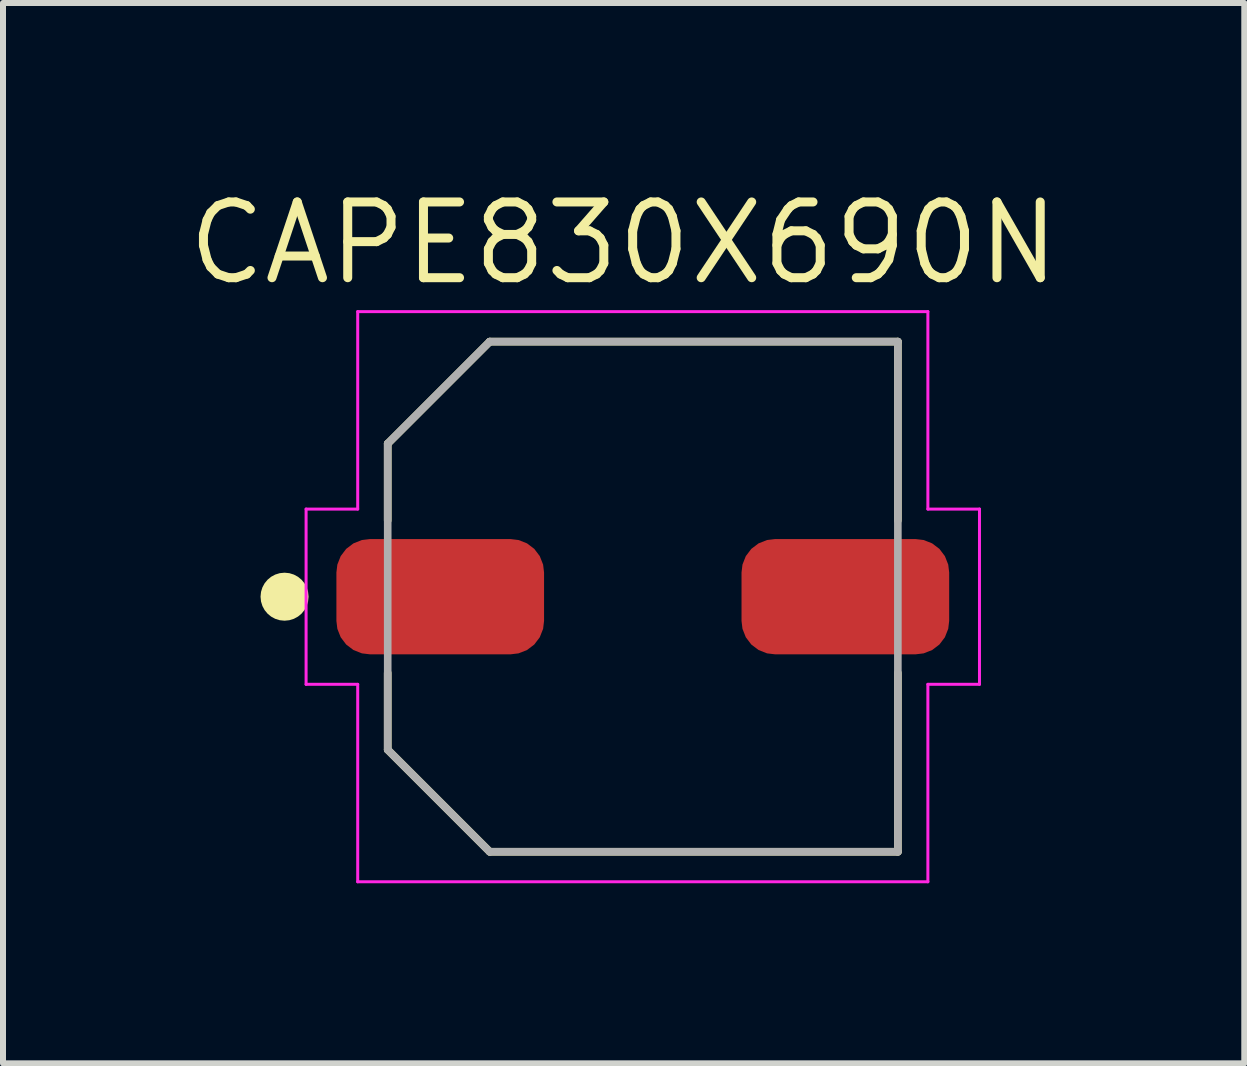
<source format=kicad_pcb>
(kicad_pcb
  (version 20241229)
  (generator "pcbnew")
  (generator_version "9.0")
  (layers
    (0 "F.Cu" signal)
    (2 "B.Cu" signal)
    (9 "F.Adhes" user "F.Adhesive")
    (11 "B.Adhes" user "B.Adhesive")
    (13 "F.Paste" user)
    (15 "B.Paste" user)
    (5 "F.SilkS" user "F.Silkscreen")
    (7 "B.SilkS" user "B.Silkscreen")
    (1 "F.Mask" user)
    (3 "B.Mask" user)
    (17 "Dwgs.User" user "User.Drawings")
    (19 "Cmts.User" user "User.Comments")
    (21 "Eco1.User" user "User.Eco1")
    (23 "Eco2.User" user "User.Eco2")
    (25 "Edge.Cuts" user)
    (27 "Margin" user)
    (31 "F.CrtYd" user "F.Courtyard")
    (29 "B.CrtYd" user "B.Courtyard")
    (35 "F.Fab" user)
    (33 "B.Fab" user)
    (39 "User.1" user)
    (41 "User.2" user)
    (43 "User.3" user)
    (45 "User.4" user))
  (footprint "CAPE830X690N"
    (layer "F.Cu")
    (at 7.66 6.892)
    (property "Reference" "CAPE830X690N" (at -0.319 -5.891 0) (layer "F.SilkS") (effects (font (size 1.262 1.262) (thickness 0.15))))
    (attr through_hole)
    (fp_line (start -4.25 -2.55) (end -4.25 -1.27) (stroke (width 0.127) (type solid)) (layer "F.SilkS"))
    (fp_line (start -4.25 2.55) (end -4.25 1.27) (stroke (width 0.127) (type solid)) (layer "F.SilkS"))
    (fp_line (start -4.25 2.55) (end -2.55 4.25) (stroke (width 0.127) (type solid)) (layer "F.SilkS"))
    (fp_line (start -2.55 -4.25) (end -4.25 -2.55) (stroke (width 0.127) (type solid)) (layer "F.SilkS"))
    (fp_line (start -2.55 4.25) (end 4.25 4.25) (stroke (width 0.127) (type solid)) (layer "F.SilkS"))
    (fp_line (start 4.25 -4.25) (end -2.55 -4.25) (stroke (width 0.127) (type solid)) (layer "F.SilkS"))
    (fp_line (start 4.25 -4.25) (end 4.25 -1.27) (stroke (width 0.127) (type solid)) (layer "F.SilkS"))
    (fp_line (start 4.25 4.25) (end 4.25 1.27) (stroke (width 0.127) (type solid)) (layer "F.SilkS"))
    (fp_circle (center -5.969 0) (end -5.769 0) (stroke (width 0.4) (type solid)) (fill no) (layer "F.SilkS"))
    (fp_line (start -5.61 -1.46) (end -4.75 -1.46) (stroke (width 0.05) (type solid)) (layer "F.CrtYd"))
    (fp_line (start -5.61 1.46) (end -5.61 -1.46) (stroke (width 0.05) (type solid)) (layer "F.CrtYd"))
    (fp_line (start -4.75 -4.75) (end 4.75 -4.75) (stroke (width 0.05) (type solid)) (layer "F.CrtYd"))
    (fp_line (start -4.75 -1.46) (end -4.75 -4.75) (stroke (width 0.05) (type solid)) (layer "F.CrtYd"))
    (fp_line (start -4.75 1.46) (end -5.61 1.46) (stroke (width 0.05) (type solid)) (layer "F.CrtYd"))
    (fp_line (start -4.75 4.75) (end -4.75 1.46) (stroke (width 0.05) (type solid)) (layer "F.CrtYd"))
    (fp_line (start 4.75 -4.75) (end 4.75 -1.46) (stroke (width 0.05) (type solid)) (layer "F.CrtYd"))
    (fp_line (start 4.75 -1.46) (end 5.61 -1.46) (stroke (width 0.05) (type solid)) (layer "F.CrtYd"))
    (fp_line (start 4.75 1.46) (end 4.75 4.75) (stroke (width 0.05) (type solid)) (layer "F.CrtYd"))
    (fp_line (start 4.75 4.75) (end -4.75 4.75) (stroke (width 0.05) (type solid)) (layer "F.CrtYd"))
    (fp_line (start 5.61 -1.46) (end 5.61 1.46) (stroke (width 0.05) (type solid)) (layer "F.CrtYd"))
    (fp_line (start 5.61 1.46) (end 4.75 1.46) (stroke (width 0.05) (type solid)) (layer "F.CrtYd"))
    (fp_line (start -4.25 -2.55) (end -4.25 2.55) (stroke (width 0.127) (type solid)) (layer "F.Fab"))
    (fp_line (start -4.25 2.55) (end -2.55 4.25) (stroke (width 0.127) (type solid)) (layer "F.Fab"))
    (fp_line (start -2.55 -4.25) (end -4.25 -2.55) (stroke (width 0.127) (type solid)) (layer "F.Fab"))
    (fp_line (start -2.55 4.25) (end 4.25 4.25) (stroke (width 0.127) (type solid)) (layer "F.Fab"))
    (fp_line (start 4.25 -4.25) (end -2.55 -4.25) (stroke (width 0.127) (type solid)) (layer "F.Fab"))
    (fp_line (start 4.25 4.25) (end 4.25 -4.25) (stroke (width 0.127) (type solid)) (layer "F.Fab"))
    (pad "1" smd roundrect (at -3.375 0) (size 3.46 1.92) (layers "F.Cu" "F.Mask" "F.Paste") (roundrect_rratio 0.29))
    (pad "2" smd roundrect (at 3.375 0) (size 3.46 1.92) (layers "F.Cu" "F.Mask" "F.Paste") (roundrect_rratio 0.29)))
  (gr_rect
    (start -3 -3)
    (end 17.682 14.667)
    (stroke (width 0.1) (type default))
    (fill no)
    (layer "Edge.Cuts")))
</source>
